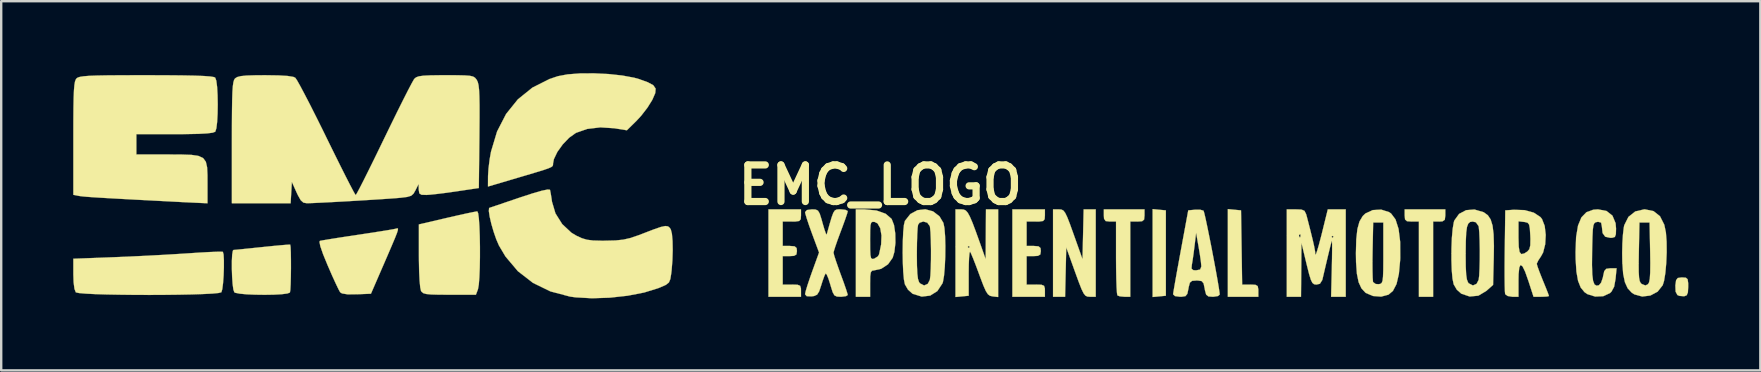
<source format=kicad_pcb>
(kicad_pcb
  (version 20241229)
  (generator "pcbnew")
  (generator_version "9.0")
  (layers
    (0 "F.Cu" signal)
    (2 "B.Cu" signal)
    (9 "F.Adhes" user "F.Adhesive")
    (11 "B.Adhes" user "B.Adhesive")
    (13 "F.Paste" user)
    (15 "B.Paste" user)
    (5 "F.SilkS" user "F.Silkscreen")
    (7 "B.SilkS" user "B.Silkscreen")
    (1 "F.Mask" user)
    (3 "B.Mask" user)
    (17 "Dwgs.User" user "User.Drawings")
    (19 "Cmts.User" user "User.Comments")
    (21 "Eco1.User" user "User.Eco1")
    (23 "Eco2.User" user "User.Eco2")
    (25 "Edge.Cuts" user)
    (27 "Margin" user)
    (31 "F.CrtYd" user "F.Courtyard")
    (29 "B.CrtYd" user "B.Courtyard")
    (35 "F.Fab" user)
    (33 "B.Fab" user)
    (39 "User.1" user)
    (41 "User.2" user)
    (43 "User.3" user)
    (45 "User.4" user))
  (footprint "EMC_LOGO"
    (layer "F.Cu")
    (at 33.618 4.655)
    (property "Reference" "EMC_LOGO" (at 0 0 0) (layer "F.SilkS") (effects (font (size 1.524 1.524) (thickness 0.3))))
    (attr through_hole)
    (fp_poly (pts (xy 11.62 1.032) (xy 11.896 1.058) (xy 11.896 4.614) (xy 11.62 4.641) (xy 11.345 4.667) (xy 11.345 1.005) (xy 11.62 1.032)) (stroke (width 0.01) (type solid)) (fill yes) (layer "F.SilkS"))
    (fp_poly (pts (xy 14.753 1.032) (xy 15.028 1.058) (xy 15.051 2.603) (xy 15.074 4.149) (xy 15.411 4.149) (xy 15.628 4.159) (xy 15.723 4.214) (xy 15.748 4.35) (xy 15.748 4.403) (xy 15.748 4.657) (xy 14.478 4.657) (xy 14.478 1.005) (xy 14.753 1.032)) (stroke (width 0.01) (type solid)) (fill yes) (layer "F.SilkS"))
    (fp_poly (pts (xy 23.537 1.27) (xy 23.516 1.45) (xy 23.417 1.516) (xy 23.283 1.524) (xy 23.029 1.524) (xy 23.029 4.657) (xy 22.437 4.657) (xy 22.437 1.524) (xy 22.14 1.524) (xy 21.941 1.51) (xy 21.86 1.438) (xy 21.844 1.27) (xy 21.844 1.016) (xy 23.537 1.016) (xy 23.537 1.27)) (stroke (width 0.01) (type solid)) (fill yes) (layer "F.SilkS"))
    (fp_poly (pts (xy 33.557 3.863) (xy 33.631 3.927) (xy 33.654 4.09) (xy 33.655 4.233) (xy 33.642 4.476) (xy 33.592 4.595) (xy 33.486 4.636) (xy 33.289 4.62) (xy 33.205 4.585) (xy 33.13 4.444) (xy 33.12 4.182) (xy 33.15 3.968) (xy 33.219 3.875) (xy 33.371 3.853) (xy 33.401 3.852) (xy 33.557 3.863)) (stroke (width 0.01) (type solid)) (fill yes) (layer "F.SilkS"))
    (fp_poly (pts (xy 11.007 1.27) (xy 10.99 1.441) (xy 10.906 1.511) (xy 10.71 1.524) (xy 10.414 1.524) (xy 10.414 4.657) (xy 10.174 4.657) (xy 9.98 4.639) (xy 9.878 4.6) (xy 9.86 4.501) (xy 9.844 4.261) (xy 9.832 3.908) (xy 9.824 3.47) (xy 9.821 3.034) (xy 9.821 1.524) (xy 9.567 1.524) (xy 9.387 1.503) (xy 9.321 1.404) (xy 9.313 1.27) (xy 9.313 1.016) (xy 11.007 1.016) (xy 11.007 1.27)) (stroke (width 0.01) (type solid)) (fill yes) (layer "F.SilkS"))
    (fp_poly (pts (xy -3.302 1.27) (xy -3.313 1.426) (xy -3.377 1.5) (xy -3.539 1.523) (xy -3.683 1.524) (xy -4.064 1.524) (xy -4.064 2.54) (xy -3.768 2.54) (xy -3.567 2.556) (xy -3.485 2.627) (xy -3.471 2.752) (xy -3.493 2.895) (xy -3.593 2.953) (xy -3.768 2.963) (xy -4.064 2.963) (xy -4.064 4.149) (xy -3.683 4.149) (xy -3.449 4.156) (xy -3.338 4.199) (xy -3.304 4.307) (xy -3.302 4.403) (xy -3.302 4.657) (xy -4.657 4.657) (xy -4.657 1.016) (xy -3.302 1.016) (xy -3.302 1.27)) (stroke (width 0.01) (type solid)) (fill yes) (layer "F.SilkS"))
    (fp_poly (pts (xy 6.858 1.27) (xy 6.847 1.426) (xy 6.783 1.5) (xy 6.621 1.523) (xy 6.477 1.524) (xy 6.096 1.524) (xy 6.096 2.54) (xy 6.392 2.54) (xy 6.593 2.556) (xy 6.675 2.627) (xy 6.689 2.752) (xy 6.667 2.895) (xy 6.567 2.953) (xy 6.392 2.963) (xy 6.096 2.963) (xy 6.096 4.149) (xy 6.477 4.149) (xy 6.711 4.156) (xy 6.822 4.199) (xy 6.856 4.307) (xy 6.858 4.403) (xy 6.858 4.657) (xy 5.503 4.657) (xy 5.503 1.016) (xy 6.858 1.016) (xy 6.858 1.27)) (stroke (width 0.01) (type solid)) (fill yes) (layer "F.SilkS"))
    (fp_poly (pts (xy 7.542 1.023) (xy 7.624 1.062) (xy 7.701 1.159) (xy 7.788 1.338) (xy 7.9 1.625) (xy 8.052 2.047) (xy 8.054 2.053) (xy 8.424 3.09) (xy 8.448 2.053) (xy 8.472 1.016) (xy 8.975 1.016) (xy 8.975 4.657) (xy 8.731 4.657) (xy 8.629 4.649) (xy 8.546 4.61) (xy 8.469 4.513) (xy 8.381 4.332) (xy 8.268 4.043) (xy 8.117 3.629) (xy 7.747 2.601) (xy 7.723 3.629) (xy 7.699 4.657) (xy 7.197 4.657) (xy 7.197 1.016) (xy 7.44 1.016) (xy 7.542 1.023)) (stroke (width 0.01) (type solid)) (fill yes) (layer "F.SilkS"))
    (fp_poly (pts (xy -16.75 1.18) (xy -16.721 1.397) (xy -16.699 1.721) (xy -16.684 2.12) (xy -16.676 2.563) (xy -16.676 3.018) (xy -16.684 3.454) (xy -16.7 3.84) (xy -16.723 4.145) (xy -16.756 4.336) (xy -16.762 4.355) (xy -16.844 4.572) (xy -17.944 4.572) (xy -18.398 4.57) (xy -18.711 4.561) (xy -18.914 4.541) (xy -19.035 4.507) (xy -19.103 4.453) (xy -19.132 4.408) (xy -19.163 4.266) (xy -19.19 3.986) (xy -19.209 3.599) (xy -19.218 3.139) (xy -19.219 2.944) (xy -19.219 1.643) (xy -18.055 1.372) (xy -17.627 1.274) (xy -17.255 1.191) (xy -16.97 1.132) (xy -16.807 1.102) (xy -16.785 1.1) (xy -16.75 1.18)) (stroke (width 0.01) (type solid)) (fill yes) (layer "F.SilkS"))
    (fp_poly (pts (xy -20.091 1.818) (xy -20.094 1.878) (xy -20.134 2.006) (xy -20.219 2.22) (xy -20.355 2.542) (xy -20.548 2.991) (xy -20.646 3.217) (xy -21.216 4.53) (xy -21.813 4.554) (xy -22.193 4.555) (xy -22.421 4.518) (xy -22.498 4.47) (xy -22.563 4.353) (xy -22.678 4.114) (xy -22.828 3.787) (xy -22.995 3.403) (xy -23.014 3.361) (xy -23.209 2.886) (xy -23.324 2.555) (xy -23.36 2.37) (xy -23.342 2.329) (xy -23.228 2.307) (xy -22.977 2.265) (xy -22.616 2.207) (xy -22.175 2.139) (xy -21.759 2.077) (xy -21.273 2.003) (xy -20.841 1.936) (xy -20.493 1.88) (xy -20.26 1.839) (xy -20.172 1.82) (xy -20.12 1.805) (xy -20.091 1.818)) (stroke (width 0.01) (type solid)) (fill yes) (layer "F.SilkS"))
    (fp_poly (pts (xy -24.58 2.485) (xy -24.564 2.581) (xy -24.554 2.805) (xy -24.549 3.114) (xy -24.548 3.467) (xy -24.553 3.822) (xy -24.561 4.137) (xy -24.574 4.37) (xy -24.591 4.48) (xy -24.591 4.48) (xy -24.698 4.521) (xy -24.935 4.551) (xy -25.261 4.569) (xy -25.639 4.575) (xy -26.027 4.57) (xy -26.388 4.555) (xy -26.681 4.528) (xy -26.868 4.491) (xy -26.907 4.47) (xy -26.947 4.355) (xy -26.978 4.125) (xy -26.999 3.822) (xy -27.01 3.49) (xy -27.01 3.171) (xy -26.997 2.908) (xy -26.97 2.743) (xy -26.945 2.708) (xy -26.842 2.7) (xy -26.603 2.676) (xy -26.262 2.641) (xy -25.851 2.598) (xy -25.74 2.587) (xy -25.322 2.544) (xy -24.97 2.511) (xy -24.715 2.49) (xy -24.588 2.484) (xy -24.58 2.485)) (stroke (width 0.01) (type solid)) (fill yes) (layer "F.SilkS"))
    (fp_poly (pts (xy -27.384 2.786) (xy -27.355 2.899) (xy -27.342 3.134) (xy -27.342 3.443) (xy -27.354 3.777) (xy -27.377 4.091) (xy -27.408 4.336) (xy -27.445 4.466) (xy -27.449 4.47) (xy -27.561 4.499) (xy -27.817 4.524) (xy -28.196 4.543) (xy -28.671 4.559) (xy -29.22 4.57) (xy -29.818 4.577) (xy -30.442 4.58) (xy -31.067 4.578) (xy -31.67 4.571) (xy -32.226 4.561) (xy -32.712 4.546) (xy -33.103 4.526) (xy -33.376 4.502) (xy -33.506 4.474) (xy -33.511 4.47) (xy -33.566 4.328) (xy -33.602 4.053) (xy -33.613 3.721) (xy -33.613 3.073) (xy -31.941 3.01) (xy -31.292 2.983) (xy -30.577 2.949) (xy -29.86 2.911) (xy -29.206 2.872) (xy -28.844 2.849) (xy -28.372 2.818) (xy -27.961 2.795) (xy -27.641 2.782) (xy -27.44 2.78) (xy -27.384 2.786)) (stroke (width 0.01) (type solid)) (fill yes) (layer "F.SilkS"))
    (fp_poly (pts (xy 3.477 1.025) (xy 3.561 1.064) (xy 3.643 1.155) (xy 3.733 1.318) (xy 3.842 1.573) (xy 3.981 1.941) (xy 4.161 2.442) (xy 4.226 2.625) (xy 4.39 3.09) (xy 4.396 2.053) (xy 4.403 1.016) (xy 4.911 1.016) (xy 4.911 4.668) (xy 4.678 4.641) (xy 4.571 4.616) (xy 4.484 4.552) (xy 4.397 4.418) (xy 4.295 4.188) (xy 4.16 3.832) (xy 4.121 3.725) (xy 3.986 3.363) (xy 3.868 3.06) (xy 3.78 2.853) (xy 3.74 2.777) (xy 3.718 2.831) (xy 3.699 3.024) (xy 3.687 3.324) (xy 3.683 3.666) (xy 3.683 4.614) (xy 3.408 4.641) (xy 3.133 4.667) (xy 3.133 2.582) (xy 3.641 2.582) (xy 3.683 2.625) (xy 3.725 2.582) (xy 3.683 2.54) (xy 3.641 2.582) (xy 3.133 2.582) (xy 3.133 1.016) (xy 3.379 1.016) (xy 3.477 1.025)) (stroke (width 0.01) (type solid)) (fill yes) (layer "F.SilkS"))
    (fp_poly (pts (xy -0.656 1.016) (xy -0.161 1.063) (xy 0.221 1.197) (xy 0.469 1.41) (xy 0.476 1.42) (xy 0.573 1.67) (xy 0.625 2.022) (xy 0.631 2.415) (xy 0.588 2.788) (xy 0.517 3.031) (xy 0.324 3.303) (xy 0.038 3.492) (xy -0.25 3.556) (xy -0.344 3.572) (xy -0.396 3.646) (xy -0.419 3.814) (xy -0.423 4.106) (xy -0.423 4.657) (xy -1.016 4.657) (xy -1.016 2.315) (xy -0.423 2.315) (xy -0.421 2.686) (xy -0.41 2.918) (xy -0.384 3.041) (xy -0.336 3.082) (xy -0.259 3.074) (xy -0.257 3.073) (xy -0.1 2.975) (xy -0.05 2.891) (xy 0.036 2.478) (xy 0.051 2.104) (xy -0.000365 1.801) (xy -0.114 1.601) (xy -0.236 1.539) (xy -0.323 1.535) (xy -0.378 1.571) (xy -0.408 1.68) (xy -0.42 1.891) (xy -0.423 2.235) (xy -0.423 2.315) (xy -1.016 2.315) (xy -1.016 1.016) (xy -0.656 1.016)) (stroke (width 0.01) (type solid)) (fill yes) (layer "F.SilkS"))
    (fp_poly (pts (xy -11.318 -4.621) (xy -10.746 -4.559) (xy -10.254 -4.468) (xy -10.064 -4.415) (xy -9.686 -4.28) (xy -9.456 -4.156) (xy -9.357 -4.014) (xy -9.373 -3.828) (xy -9.485 -3.569) (xy -9.51 -3.521) (xy -9.703 -3.214) (xy -9.959 -2.884) (xy -10.148 -2.679) (xy -10.555 -2.278) (xy -11.084 -2.363) (xy -11.66 -2.4) (xy -12.209 -2.334) (xy -12.675 -2.171) (xy -12.679 -2.169) (xy -12.958 -1.97) (xy -13.227 -1.69) (xy -13.452 -1.376) (xy -13.596 -1.075) (xy -13.631 -0.891) (xy -13.632 -0.836) (xy -13.648 -0.791) (xy -13.703 -0.747) (xy -13.816 -0.696) (xy -14.012 -0.628) (xy -14.311 -0.536) (xy -14.735 -0.409) (xy -15.105 -0.3) (xy -16.341 0.065) (xy -16.339 -0.37) (xy -16.319 -0.689) (xy -16.27 -1.079) (xy -16.214 -1.39) (xy -15.962 -2.229) (xy -15.587 -2.957) (xy -15.096 -3.567) (xy -14.491 -4.055) (xy -13.779 -4.414) (xy -13.43 -4.531) (xy -13.026 -4.607) (xy -12.507 -4.647) (xy -11.921 -4.65) (xy -11.318 -4.621)) (stroke (width 0.01) (type solid)) (fill yes) (layer "F.SilkS"))
    (fp_poly (pts (xy 21.192 1.13) (xy 21.277 1.187) (xy 21.463 1.435) (xy 21.59 1.832) (xy 21.657 2.371) (xy 21.66 3.042) (xy 21.656 3.132) (xy 21.603 3.704) (xy 21.505 4.126) (xy 21.355 4.413) (xy 21.171 4.569) (xy 20.865 4.651) (xy 20.522 4.625) (xy 20.226 4.498) (xy 20.207 4.483) (xy 20.042 4.304) (xy 19.926 4.051) (xy 19.854 3.699) (xy 19.819 3.221) (xy 19.818 3.185) (xy 20.502 3.185) (xy 20.504 3.567) (xy 20.511 3.858) (xy 20.524 4.025) (xy 20.529 4.045) (xy 20.637 4.125) (xy 20.764 4.133) (xy 20.837 4.118) (xy 20.889 4.077) (xy 20.923 3.987) (xy 20.942 3.821) (xy 20.952 3.552) (xy 20.955 3.156) (xy 20.955 2.836) (xy 20.955 1.566) (xy 20.532 1.566) (xy 20.508 2.748) (xy 20.502 3.185) (xy 19.818 3.185) (xy 19.813 2.836) (xy 19.828 2.265) (xy 19.875 1.835) (xy 19.962 1.521) (xy 20.095 1.297) (xy 20.207 1.189) (xy 20.514 1.046) (xy 20.865 1.026) (xy 21.192 1.13)) (stroke (width 0.01) (type solid)) (fill yes) (layer "F.SilkS"))
    (fp_poly (pts (xy 32.211 1.089) (xy 32.481 1.304) (xy 32.659 1.657) (xy 32.726 1.979) (xy 32.755 2.362) (xy 32.759 2.803) (xy 32.74 3.254) (xy 32.703 3.668) (xy 32.648 4) (xy 32.593 4.176) (xy 32.381 4.444) (xy 32.079 4.605) (xy 31.74 4.647) (xy 31.414 4.558) (xy 31.299 4.483) (xy 31.133 4.304) (xy 31.018 4.051) (xy 30.945 3.699) (xy 30.915 3.281) (xy 31.592 3.281) (xy 31.594 3.627) (xy 31.608 3.859) (xy 31.635 4.003) (xy 31.679 4.088) (xy 31.719 4.125) (xy 31.874 4.186) (xy 31.978 4.135) (xy 32.025 4.057) (xy 32.056 3.899) (xy 32.072 3.638) (xy 32.076 3.25) (xy 32.07 2.803) (xy 32.046 1.566) (xy 31.623 1.566) (xy 31.599 2.793) (xy 31.592 3.281) (xy 30.915 3.281) (xy 30.91 3.221) (xy 30.904 2.836) (xy 30.913 2.435) (xy 30.937 2.062) (xy 30.971 1.774) (xy 30.991 1.676) (xy 31.165 1.329) (xy 31.449 1.103) (xy 31.821 1.016) (xy 31.853 1.016) (xy 32.211 1.089)) (stroke (width 0.01) (type solid)) (fill yes) (layer "F.SilkS"))
    (fp_poly (pts (xy 25.122 1.131) (xy 25.147 1.143) (xy 25.309 1.261) (xy 25.426 1.437) (xy 25.505 1.693) (xy 25.548 2.054) (xy 25.562 2.542) (xy 25.555 3.034) (xy 25.527 4.163) (xy 25.25 4.41) (xy 24.915 4.611) (xy 24.552 4.646) (xy 24.202 4.528) (xy 24.015 4.361) (xy 23.885 4.138) (xy 23.836 3.899) (xy 23.805 3.542) (xy 23.791 3.111) (xy 23.792 2.936) (xy 24.385 2.936) (xy 24.389 3.4) (xy 24.405 3.722) (xy 24.435 3.932) (xy 24.483 4.058) (xy 24.513 4.097) (xy 24.687 4.186) (xy 24.839 4.119) (xy 24.925 3.952) (xy 24.948 3.776) (xy 24.963 3.476) (xy 24.972 3.1) (xy 24.973 2.694) (xy 24.966 2.303) (xy 24.952 1.974) (xy 24.931 1.754) (xy 24.923 1.714) (xy 24.811 1.555) (xy 24.68 1.524) (xy 24.571 1.541) (xy 24.493 1.609) (xy 24.44 1.75) (xy 24.407 1.988) (xy 24.391 2.345) (xy 24.385 2.845) (xy 24.385 2.936) (xy 23.792 2.936) (xy 23.793 2.651) (xy 23.81 2.207) (xy 23.844 1.825) (xy 23.891 1.548) (xy 23.914 1.478) (xy 24.111 1.205) (xy 24.402 1.05) (xy 24.751 1.022) (xy 25.122 1.131)) (stroke (width 0.01) (type solid)) (fill yes) (layer "F.SilkS"))
    (fp_poly (pts (xy 30.252 1.083) (xy 30.499 1.277) (xy 30.63 1.591) (xy 30.649 1.816) (xy 30.642 2.052) (xy 30.6 2.165) (xy 30.495 2.199) (xy 30.404 2.201) (xy 30.198 2.156) (xy 30.089 2.004) (xy 30.057 1.723) (xy 30.027 1.568) (xy 29.909 1.535) (xy 29.866 1.539) (xy 29.792 1.556) (xy 29.739 1.6) (xy 29.703 1.696) (xy 29.681 1.872) (xy 29.667 2.154) (xy 29.656 2.567) (xy 29.652 2.782) (xy 29.647 3.33) (xy 29.659 3.727) (xy 29.692 3.991) (xy 29.749 4.141) (xy 29.835 4.195) (xy 29.936 4.177) (xy 30.026 4.07) (xy 30.098 3.862) (xy 30.11 3.801) (xy 30.158 3.587) (xy 30.24 3.493) (xy 30.4 3.471) (xy 30.417 3.471) (xy 30.671 3.471) (xy 30.629 3.91) (xy 30.57 4.237) (xy 30.458 4.444) (xy 30.397 4.503) (xy 30.114 4.634) (xy 29.779 4.648) (xy 29.459 4.549) (xy 29.334 4.464) (xy 29.177 4.272) (xy 29.067 3.996) (xy 28.998 3.611) (xy 28.966 3.093) (xy 28.962 2.794) (xy 28.985 2.168) (xy 29.065 1.691) (xy 29.206 1.351) (xy 29.415 1.135) (xy 29.7 1.031) (xy 29.896 1.016) (xy 30.252 1.083)) (stroke (width 0.01) (type solid)) (fill yes) (layer "F.SilkS"))
    (fp_poly (pts (xy 2.197 1.099) (xy 2.466 1.305) (xy 2.63 1.58) (xy 2.673 1.792) (xy 2.7 2.127) (xy 2.711 2.539) (xy 2.707 2.982) (xy 2.688 3.41) (xy 2.656 3.777) (xy 2.611 4.038) (xy 2.591 4.098) (xy 2.377 4.421) (xy 2.08 4.608) (xy 1.729 4.65) (xy 1.356 4.536) (xy 1.342 4.528) (xy 1.155 4.361) (xy 1.025 4.138) (xy 0.985 3.933) (xy 0.956 3.611) (xy 0.939 3.212) (xy 0.934 2.88) (xy 1.524 2.88) (xy 1.528 3.355) (xy 1.543 3.69) (xy 1.57 3.91) (xy 1.614 4.043) (xy 1.653 4.097) (xy 1.827 4.186) (xy 1.979 4.119) (xy 2.065 3.952) (xy 2.088 3.776) (xy 2.103 3.476) (xy 2.112 3.1) (xy 2.113 2.694) (xy 2.106 2.303) (xy 2.092 1.974) (xy 2.071 1.754) (xy 2.063 1.714) (xy 1.958 1.571) (xy 1.792 1.522) (xy 1.635 1.574) (xy 1.575 1.658) (xy 1.556 1.79) (xy 1.54 2.055) (xy 1.529 2.415) (xy 1.524 2.833) (xy 1.524 2.88) (xy 0.934 2.88) (xy 0.933 2.777) (xy 0.939 2.347) (xy 0.956 1.964) (xy 0.985 1.667) (xy 1.026 1.498) (xy 1.026 1.497) (xy 1.253 1.21) (xy 1.551 1.05) (xy 1.879 1.013) (xy 2.197 1.099)) (stroke (width 0.01) (type solid)) (fill yes) (layer "F.SilkS"))
    (fp_poly (pts (xy 17.547 1.025) (xy 17.671 1.078) (xy 17.739 1.215) (xy 17.772 1.333) (xy 17.911 1.873) (xy 18.01 2.275) (xy 18.075 2.561) (xy 18.111 2.759) (xy 18.124 2.89) (xy 18.124 2.891) (xy 18.144 2.891) (xy 18.196 2.749) (xy 18.272 2.49) (xy 18.359 2.159) (xy 18.796 2.159) (xy 18.838 2.201) (xy 18.881 2.159) (xy 18.838 2.117) (xy 18.796 2.159) (xy 18.359 2.159) (xy 18.365 2.137) (xy 18.386 2.053) (xy 18.642 1.016) (xy 19.389 1.016) (xy 19.389 4.657) (xy 18.78 4.657) (xy 18.809 3.478) (xy 18.818 3.056) (xy 18.822 2.705) (xy 18.822 2.453) (xy 18.816 2.332) (xy 18.813 2.325) (xy 18.787 2.4) (xy 18.734 2.604) (xy 18.65 2.947) (xy 18.534 3.438) (xy 18.413 3.958) (xy 18.314 4.115) (xy 18.167 4.149) (xy 18.073 4.136) (xy 18.001 4.079) (xy 17.936 3.949) (xy 17.864 3.716) (xy 17.772 3.351) (xy 17.755 3.281) (xy 17.545 2.413) (xy 17.536 3.535) (xy 17.526 4.657) (xy 16.933 4.657) (xy 16.933 2.117) (xy 17.441 2.117) (xy 17.472 2.186) (xy 17.498 2.173) (xy 17.508 2.073) (xy 17.498 2.06) (xy 17.447 2.072) (xy 17.441 2.117) (xy 16.933 2.117) (xy 16.933 1.016) (xy 17.311 1.016) (xy 17.547 1.025)) (stroke (width 0.01) (type solid)) (fill yes) (layer "F.SilkS"))
    (fp_poly (pts (xy 13.327 1.031) (xy 13.461 1.069) (xy 13.466 1.073) (xy 13.496 1.169) (xy 13.55 1.4) (xy 13.622 1.738) (xy 13.706 2.15) (xy 13.797 2.608) (xy 13.887 3.079) (xy 13.972 3.534) (xy 14.045 3.942) (xy 14.101 4.273) (xy 14.133 4.495) (xy 14.139 4.565) (xy 14.065 4.627) (xy 13.884 4.656) (xy 13.854 4.657) (xy 13.669 4.643) (xy 13.575 4.568) (xy 13.525 4.386) (xy 13.514 4.318) (xy 13.468 4.101) (xy 13.389 4.004) (xy 13.232 3.98) (xy 13.175 3.979) (xy 12.991 3.993) (xy 12.898 4.068) (xy 12.848 4.251) (xy 12.837 4.318) (xy 12.791 4.535) (xy 12.712 4.631) (xy 12.553 4.656) (xy 12.487 4.657) (xy 12.275 4.629) (xy 12.197 4.554) (xy 12.197 4.551) (xy 12.214 4.439) (xy 12.257 4.187) (xy 12.321 3.822) (xy 12.381 3.49) (xy 12.965 3.49) (xy 13.046 3.55) (xy 13.155 3.556) (xy 13.322 3.524) (xy 13.372 3.403) (xy 13.372 3.365) (xy 13.355 3.187) (xy 13.315 2.905) (xy 13.261 2.582) (xy 13.156 1.99) (xy 13.091 2.54) (xy 13.049 2.868) (xy 13.007 3.16) (xy 12.979 3.323) (xy 12.965 3.49) (xy 12.381 3.49) (xy 12.403 3.371) (xy 12.496 2.861) (xy 12.516 2.752) (xy 12.829 1.058) (xy 13.114 1.031) (xy 13.327 1.031)) (stroke (width 0.01) (type solid)) (fill yes) (layer "F.SilkS"))
    (fp_poly (pts (xy -13.759 0.199) (xy -13.758 0.202) (xy -13.73 0.337) (xy -13.692 0.572) (xy -13.675 0.696) (xy -13.53 1.184) (xy -13.249 1.63) (xy -12.865 1.989) (xy -12.659 2.113) (xy -12.433 2.217) (xy -12.219 2.281) (xy -11.965 2.313) (xy -11.617 2.322) (xy -11.432 2.321) (xy -11.026 2.311) (xy -10.709 2.278) (xy -10.413 2.211) (xy -10.069 2.094) (xy -9.834 2.004) (xy -9.423 1.846) (xy -9.14 1.749) (xy -8.955 1.71) (xy -8.84 1.725) (xy -8.765 1.789) (xy -8.724 1.857) (xy -8.679 2.035) (xy -8.653 2.337) (xy -8.646 2.72) (xy -8.659 3.139) (xy -8.691 3.552) (xy -8.707 3.683) (xy -8.744 3.917) (xy -8.804 4.061) (xy -8.928 4.16) (xy -9.156 4.261) (xy -9.249 4.299) (xy -9.833 4.479) (xy -10.524 4.613) (xy -11.269 4.695) (xy -12.01 4.719) (xy -12.692 4.681) (xy -12.925 4.649) (xy -13.741 4.433) (xy -14.467 4.079) (xy -15.095 3.592) (xy -15.612 2.98) (xy -15.885 2.52) (xy -15.997 2.261) (xy -16.105 1.949) (xy -16.2 1.622) (xy -16.27 1.322) (xy -16.305 1.089) (xy -16.295 0.964) (xy -16.283 0.954) (xy -16.183 0.92) (xy -15.951 0.842) (xy -15.619 0.729) (xy -15.215 0.592) (xy -15 0.519) (xy -14.488 0.352) (xy -14.104 0.241) (xy -13.858 0.19) (xy -13.759 0.199)) (stroke (width 0.01) (type solid)) (fill yes) (layer "F.SilkS"))
    (fp_poly (pts (xy 26.841 1.048) (xy 27.224 1.154) (xy 27.501 1.338) (xy 27.565 1.419) (xy 27.677 1.706) (xy 27.72 2.079) (xy 27.698 2.471) (xy 27.611 2.813) (xy 27.527 2.967) (xy 27.407 3.149) (xy 27.348 3.277) (xy 27.347 3.287) (xy 27.378 3.397) (xy 27.458 3.619) (xy 27.573 3.91) (xy 27.601 3.979) (xy 27.721 4.272) (xy 27.81 4.498) (xy 27.853 4.618) (xy 27.855 4.626) (xy 27.78 4.646) (xy 27.594 4.656) (xy 27.534 4.657) (xy 27.212 4.657) (xy 27.001 4.006) (xy 26.863 3.615) (xy 26.753 3.39) (xy 26.672 3.331) (xy 26.618 3.439) (xy 26.59 3.712) (xy 26.585 3.972) (xy 26.585 4.657) (xy 26.329 4.657) (xy 26.134 4.625) (xy 26.03 4.548) (xy 26.019 4.434) (xy 26.011 4.177) (xy 26.007 3.807) (xy 26.007 3.35) (xy 26.011 2.833) (xy 26.012 2.749) (xy 26.02 2.196) (xy 26.585 2.196) (xy 26.595 2.569) (xy 26.631 2.791) (xy 26.704 2.88) (xy 26.827 2.853) (xy 26.955 2.771) (xy 27.037 2.676) (xy 27.077 2.517) (xy 27.082 2.25) (xy 27.077 2.114) (xy 27.059 1.819) (xy 27.028 1.652) (xy 26.965 1.574) (xy 26.854 1.544) (xy 26.818 1.54) (xy 26.585 1.513) (xy 26.585 2.196) (xy 26.02 2.196) (xy 26.035 1.058) (xy 26.39 1.033) (xy 26.841 1.048)) (stroke (width 0.01) (type solid)) (fill yes) (layer "F.SilkS"))
    (fp_poly (pts (xy -29.751 -4.57) (xy -29.084 -4.564) (xy -28.563 -4.554) (xy -28.175 -4.539) (xy -27.91 -4.519) (xy -27.754 -4.494) (xy -27.703 -4.47) (xy -27.657 -4.341) (xy -27.624 -4.084) (xy -27.605 -3.742) (xy -27.598 -3.357) (xy -27.604 -2.971) (xy -27.623 -2.625) (xy -27.655 -2.361) (xy -27.7 -2.222) (xy -27.703 -2.218) (xy -27.808 -2.178) (xy -28.038 -2.149) (xy -28.406 -2.129) (xy -28.923 -2.119) (xy -29.396 -2.117) (xy -30.988 -2.117) (xy -30.988 -1.27) (xy -29.676 -1.27) (xy -29.109 -1.268) (xy -28.69 -1.253) (xy -28.395 -1.208) (xy -28.204 -1.117) (xy -28.093 -0.965) (xy -28.041 -0.735) (xy -28.026 -0.412) (xy -28.025 -0.085) (xy -28.025 0.762) (xy -28.384 0.746) (xy -28.689 0.732) (xy -29.05 0.715) (xy -29.21 0.706) (xy -30.153 0.657) (xy -30.942 0.616) (xy -31.59 0.581) (xy -32.111 0.552) (xy -32.522 0.528) (xy -32.835 0.508) (xy -33.065 0.491) (xy -33.226 0.476) (xy -33.333 0.463) (xy -33.38 0.456) (xy -33.613 0.41) (xy -33.613 -1.948) (xy -33.612 -2.655) (xy -33.608 -3.211) (xy -33.6 -3.636) (xy -33.587 -3.949) (xy -33.568 -4.167) (xy -33.543 -4.311) (xy -33.509 -4.399) (xy -33.48 -4.439) (xy -33.425 -4.476) (xy -33.33 -4.505) (xy -33.178 -4.528) (xy -32.952 -4.546) (xy -32.634 -4.558) (xy -32.207 -4.566) (xy -31.654 -4.57) (xy -30.957 -4.572) (xy -30.576 -4.572) (xy -29.751 -4.57)) (stroke (width 0.01) (type solid)) (fill yes) (layer "F.SilkS"))
    (fp_poly (pts (xy -1.645 1.016) (xy -1.451 1.036) (xy -1.357 1.084) (xy -1.355 1.093) (xy -1.383 1.201) (xy -1.46 1.429) (xy -1.572 1.737) (xy -1.651 1.947) (xy -1.778 2.289) (xy -1.877 2.576) (xy -1.937 2.769) (xy -1.947 2.822) (xy -1.919 2.94) (xy -1.843 3.176) (xy -1.732 3.492) (xy -1.651 3.716) (xy -1.525 4.059) (xy -1.426 4.343) (xy -1.367 4.531) (xy -1.355 4.584) (xy -1.429 4.632) (xy -1.612 4.656) (xy -1.647 4.657) (xy -1.808 4.648) (xy -1.91 4.598) (xy -1.983 4.467) (xy -2.061 4.219) (xy -2.082 4.146) (xy -2.163 3.891) (xy -2.234 3.725) (xy -2.277 3.686) (xy -2.328 3.789) (xy -2.404 4.001) (xy -2.459 4.175) (xy -2.545 4.432) (xy -2.63 4.568) (xy -2.752 4.625) (xy -2.861 4.641) (xy -3.063 4.634) (xy -3.132 4.556) (xy -3.133 4.545) (xy -3.105 4.417) (xy -3.031 4.171) (xy -2.922 3.847) (xy -2.841 3.618) (xy -2.55 2.814) (xy -2.841 2.03) (xy -2.966 1.684) (xy -3.064 1.39) (xy -3.122 1.19) (xy -3.133 1.131) (xy -3.055 1.044) (xy -2.846 1.016) (xy -2.693 1.023) (xy -2.595 1.07) (xy -2.523 1.191) (xy -2.449 1.423) (xy -2.406 1.581) (xy -2.328 1.847) (xy -2.266 2.022) (xy -2.233 2.071) (xy -2.232 2.067) (xy -2.112 1.637) (xy -2.025 1.344) (xy -1.957 1.161) (xy -1.893 1.062) (xy -1.818 1.023) (xy -1.718 1.015) (xy -1.645 1.016)) (stroke (width 0.01) (type solid)) (fill yes) (layer "F.SilkS"))
    (fp_poly (pts (xy -17.641 -4.571) (xy -17.314 -4.564) (xy -17.098 -4.548) (xy -16.963 -4.517) (xy -16.881 -4.467) (xy -16.821 -4.394) (xy -16.807 -4.373) (xy -16.766 -4.288) (xy -16.735 -4.161) (xy -16.713 -3.97) (xy -16.7 -3.696) (xy -16.693 -3.318) (xy -16.693 -2.815) (xy -16.698 -2.168) (xy -16.699 -2.023) (xy -16.722 0.127) (xy -17.653 0.266) (xy -18.067 0.325) (xy -18.453 0.373) (xy -18.758 0.405) (xy -18.902 0.415) (xy -19.111 0.408) (xy -19.201 0.349) (xy -19.224 0.204) (xy -19.225 0.191) (xy -19.23 -0.042) (xy -19.363 0.224) (xy -19.444 0.364) (xy -19.542 0.449) (xy -19.704 0.498) (xy -19.975 0.532) (xy -20.098 0.543) (xy -20.377 0.564) (xy -20.77 0.591) (xy -21.244 0.621) (xy -21.765 0.653) (xy -22.297 0.684) (xy -22.807 0.712) (xy -23.259 0.735) (xy -23.619 0.752) (xy -23.853 0.76) (xy -23.887 0.761) (xy -24.028 0.736) (xy -24.14 0.637) (xy -24.259 0.427) (xy -24.31 0.318) (xy -24.511 -0.127) (xy -24.562 0.762) (xy -27.009 0.762) (xy -27.009 -1.772) (xy -27.008 -2.507) (xy -27.004 -3.09) (xy -26.997 -3.541) (xy -26.986 -3.877) (xy -26.969 -4.116) (xy -26.946 -4.277) (xy -26.916 -4.378) (xy -26.878 -4.437) (xy -26.876 -4.439) (xy -26.788 -4.495) (xy -26.638 -4.534) (xy -26.399 -4.558) (xy -26.043 -4.569) (xy -25.622 -4.572) (xy -25.074 -4.564) (xy -24.685 -4.541) (xy -24.447 -4.502) (xy -24.368 -4.466) (xy -24.299 -4.366) (xy -24.167 -4.133) (xy -23.982 -3.785) (xy -23.753 -3.344) (xy -23.492 -2.826) (xy -23.207 -2.253) (xy -23.068 -1.968) (xy -22.78 -1.382) (xy -22.515 -0.848) (xy -22.282 -0.384) (xy -22.09 -0.009) (xy -21.948 0.26) (xy -21.867 0.403) (xy -21.851 0.422) (xy -21.803 0.349) (xy -21.692 0.141) (xy -21.526 -0.183) (xy -21.316 -0.604) (xy -21.069 -1.104) (xy -20.796 -1.665) (xy -20.669 -1.927) (xy -20.382 -2.517) (xy -20.114 -3.063) (xy -19.874 -3.544) (xy -19.673 -3.94) (xy -19.52 -4.231) (xy -19.426 -4.397) (xy -19.407 -4.424) (xy -19.334 -4.484) (xy -19.218 -4.526) (xy -19.031 -4.552) (xy -18.744 -4.566) (xy -18.329 -4.572) (xy -18.107 -4.572) (xy -17.641 -4.571)) (stroke (width 0.01) (type solid)) (fill yes) (layer "F.SilkS")))
  (gr_rect
    (start -3 -3)
    (end 70.278 12.38)
    (stroke (width 0.1) (type default))
    (fill no)
    (layer "Edge.Cuts")))
</source>
